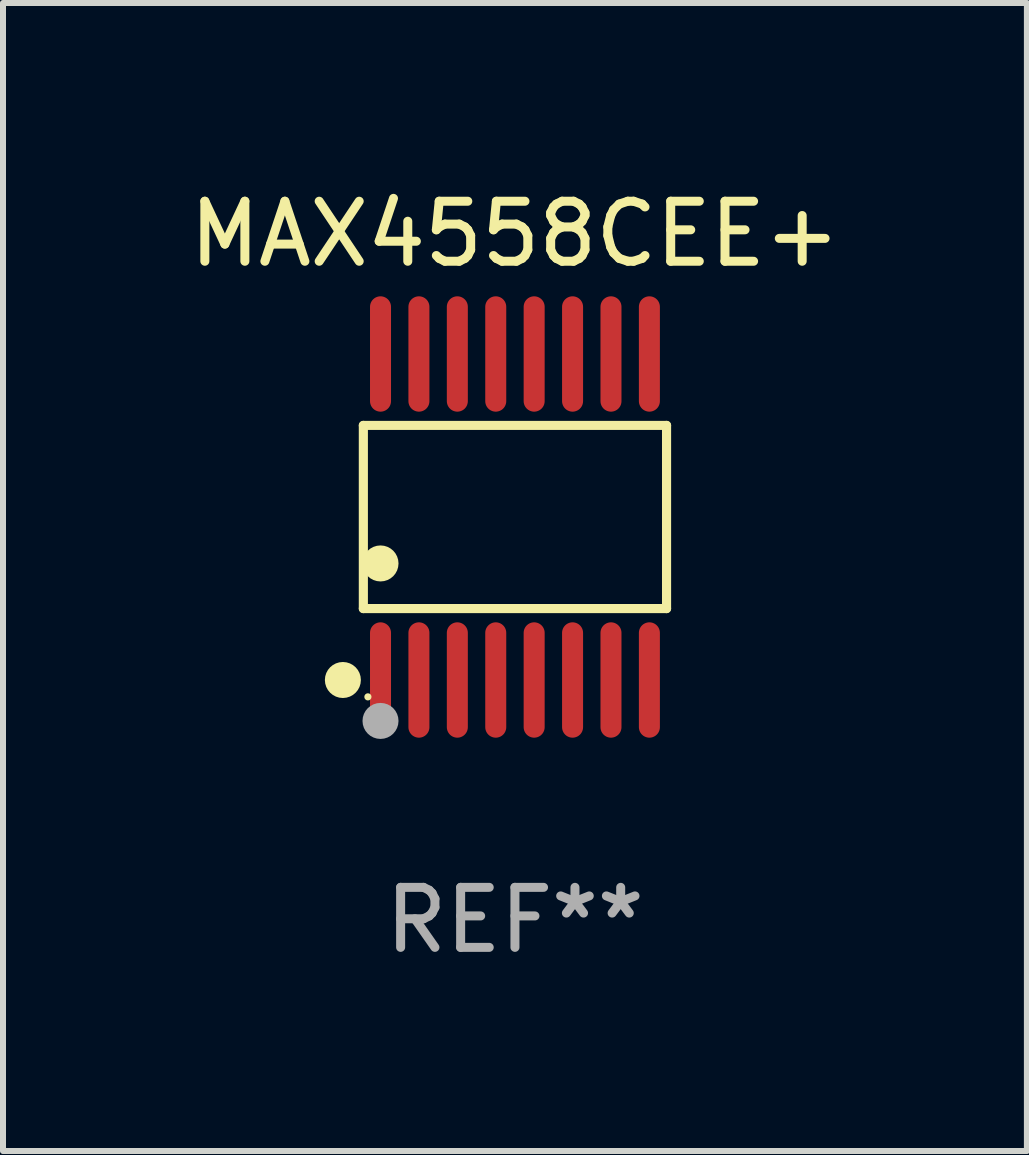
<source format=kicad_pcb>
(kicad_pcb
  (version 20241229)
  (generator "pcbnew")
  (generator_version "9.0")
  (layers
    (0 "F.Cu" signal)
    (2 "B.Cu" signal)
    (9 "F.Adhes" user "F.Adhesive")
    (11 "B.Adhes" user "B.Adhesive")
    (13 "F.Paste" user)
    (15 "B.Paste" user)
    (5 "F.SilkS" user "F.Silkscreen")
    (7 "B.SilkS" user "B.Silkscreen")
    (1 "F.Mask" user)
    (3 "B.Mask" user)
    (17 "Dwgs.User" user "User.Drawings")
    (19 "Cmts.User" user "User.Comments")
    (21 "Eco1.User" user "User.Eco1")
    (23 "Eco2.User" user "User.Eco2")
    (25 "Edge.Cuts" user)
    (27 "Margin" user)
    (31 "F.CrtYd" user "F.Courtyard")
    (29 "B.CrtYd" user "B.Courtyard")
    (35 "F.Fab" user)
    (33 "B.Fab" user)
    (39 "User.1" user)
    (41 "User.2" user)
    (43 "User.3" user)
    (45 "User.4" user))
  (footprint "MAX4558CEE+"
    (layer "F.Cu")
    (at 5.53 5.564)
    (property "Reference" "MAX4558CEE+" (at 0 -4.716 0) (layer "F.SilkS") (effects (font (size 1 1) (thickness 0.15))))
    (attr through_hole)
    (fp_line (start -2.526 -1.526) (end 2.526 -1.526) (stroke (width 0.152) (type solid)) (layer "F.SilkS"))
    (fp_line (start -2.526 1.526) (end -2.526 -1.526) (stroke (width 0.152) (type solid)) (layer "F.SilkS"))
    (fp_line (start 2.526 -1.526) (end 2.526 1.526) (stroke (width 0.152) (type solid)) (layer "F.SilkS"))
    (fp_line (start 2.526 1.526) (end -2.526 1.526) (stroke (width 0.152) (type solid)) (layer "F.SilkS"))
    (fp_circle (center -2.867 2.716) (end -2.717 2.716) (stroke (width 0.3) (type solid)) (fill no) (layer "F.SilkS"))
    (fp_circle (center -2.45 2.997) (end -2.42 2.997) (stroke (width 0.06) (type solid)) (fill no) (layer "F.SilkS"))
    (fp_circle (center -2.24 0.774) (end -2.09 0.774) (stroke (width 0.3) (type solid)) (fill no) (layer "F.SilkS"))
    (fp_circle (center -2.24 3.398) (end -2.09 3.398) (stroke (width 0.3) (type solid)) (fill no) (layer "F.Fab"))
    (fp_text user "REF**" (at 0 6.716 0) (layer "F.Fab") (effects (font (size 1 1) (thickness 0.15))))
    (pad "1" smd oval (at -2.24 2.716) (size 0.35 1.922) (layers "F.Cu" "F.Mask" "F.Paste"))
    (pad "2" smd oval (at -1.6 2.716) (size 0.35 1.922) (layers "F.Cu" "F.Mask" "F.Paste"))
    (pad "3" smd oval (at -0.96 2.716) (size 0.35 1.922) (layers "F.Cu" "F.Mask" "F.Paste"))
    (pad "4" smd oval (at -0.32 2.716) (size 0.35 1.922) (layers "F.Cu" "F.Mask" "F.Paste"))
    (pad "5" smd oval (at 0.32 2.716) (size 0.35 1.922) (layers "F.Cu" "F.Mask" "F.Paste"))
    (pad "6" smd oval (at 0.96 2.716) (size 0.35 1.922) (layers "F.Cu" "F.Mask" "F.Paste"))
    (pad "7" smd oval (at 1.6 2.716) (size 0.35 1.922) (layers "F.Cu" "F.Mask" "F.Paste"))
    (pad "8" smd oval (at 2.24 2.716) (size 0.35 1.922) (layers "F.Cu" "F.Mask" "F.Paste"))
    (pad "9" smd oval (at 2.24 -2.716) (size 0.35 1.922) (layers "F.Cu" "F.Mask" "F.Paste"))
    (pad "10" smd oval (at 1.6 -2.716) (size 0.35 1.922) (layers "F.Cu" "F.Mask" "F.Paste"))
    (pad "11" smd oval (at 0.96 -2.716) (size 0.35 1.922) (layers "F.Cu" "F.Mask" "F.Paste"))
    (pad "12" smd oval (at 0.32 -2.716) (size 0.35 1.922) (layers "F.Cu" "F.Mask" "F.Paste"))
    (pad "13" smd oval (at -0.32 -2.716) (size 0.35 1.922) (layers "F.Cu" "F.Mask" "F.Paste"))
    (pad "14" smd oval (at -0.96 -2.716) (size 0.35 1.922) (layers "F.Cu" "F.Mask" "F.Paste"))
    (pad "15" smd oval (at -1.6 -2.716) (size 0.35 1.922) (layers "F.Cu" "F.Mask" "F.Paste"))
    (pad "16" smd oval (at -2.24 -2.716) (size 0.35 1.922) (layers "F.Cu" "F.Mask" "F.Paste")))
  (gr_rect
    (start -3 -3)
    (end 14.06 16.128)
    (stroke (width 0.1) (type default))
    (fill no)
    (layer "Edge.Cuts")))
</source>
